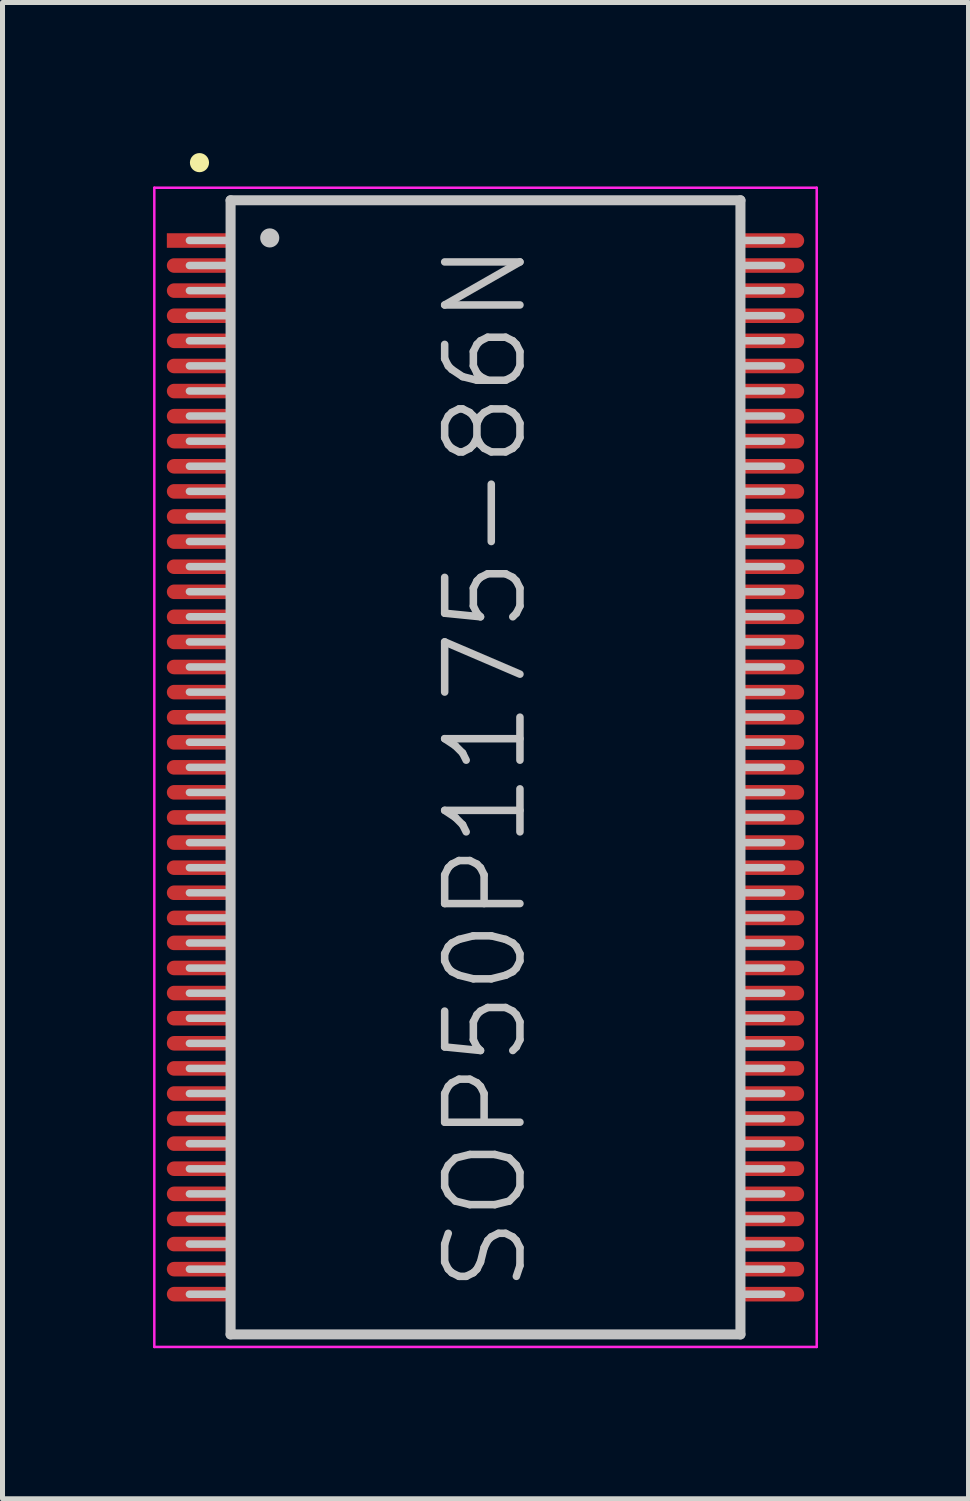
<source format=kicad_pcb>
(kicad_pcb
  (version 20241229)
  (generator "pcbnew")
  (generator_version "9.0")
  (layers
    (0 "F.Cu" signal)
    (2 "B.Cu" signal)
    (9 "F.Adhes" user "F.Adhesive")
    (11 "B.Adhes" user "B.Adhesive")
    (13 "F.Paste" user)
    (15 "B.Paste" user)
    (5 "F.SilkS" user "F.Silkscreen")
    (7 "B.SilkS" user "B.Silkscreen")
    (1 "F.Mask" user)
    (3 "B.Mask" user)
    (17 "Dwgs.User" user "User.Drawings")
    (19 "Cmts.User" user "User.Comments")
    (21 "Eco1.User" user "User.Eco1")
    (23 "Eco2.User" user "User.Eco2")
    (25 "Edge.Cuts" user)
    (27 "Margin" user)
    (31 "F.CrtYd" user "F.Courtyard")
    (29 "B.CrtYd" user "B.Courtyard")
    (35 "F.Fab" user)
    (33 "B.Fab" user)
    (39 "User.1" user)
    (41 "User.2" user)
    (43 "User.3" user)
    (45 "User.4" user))
  (footprint "SOP50P1175-86N"
    (layer "F.Cu")
    (at 6.625 12.241)
    (property "Reference" "SOP50P1175-86N" (at 0 0 90) (layer "Dwgs.User") (effects (font (size 1.5 1.5) (thickness 0.15))))
    (attr through_hole)
    (fp_line (start -5.7 -12.05) (end -5.7 -12.05) (stroke (width 0.381) (type solid)) (layer "F.SilkS"))
    (fp_line (start -5.1 -10.5) (end -5.9 -10.5) (stroke (width 0.15) (type solid)) (layer "Dwgs.User"))
    (fp_line (start -5.1 -10) (end -5.9 -10) (stroke (width 0.15) (type solid)) (layer "Dwgs.User"))
    (fp_line (start -5.1 -9.5) (end -5.9 -9.5) (stroke (width 0.15) (type solid)) (layer "Dwgs.User"))
    (fp_line (start -5.1 -9) (end -5.9 -9) (stroke (width 0.15) (type solid)) (layer "Dwgs.User"))
    (fp_line (start -5.1 -8.5) (end -5.9 -8.5) (stroke (width 0.15) (type solid)) (layer "Dwgs.User"))
    (fp_line (start -5.1 -8) (end -5.9 -8) (stroke (width 0.15) (type solid)) (layer "Dwgs.User"))
    (fp_line (start -5.1 -7.5) (end -5.9 -7.5) (stroke (width 0.15) (type solid)) (layer "Dwgs.User"))
    (fp_line (start -5.1 -7) (end -5.9 -7) (stroke (width 0.15) (type solid)) (layer "Dwgs.User"))
    (fp_line (start -5.1 -6.5) (end -5.9 -6.5) (stroke (width 0.15) (type solid)) (layer "Dwgs.User"))
    (fp_line (start -5.1 -6) (end -5.9 -6) (stroke (width 0.15) (type solid)) (layer "Dwgs.User"))
    (fp_line (start -5.1 -5.5) (end -5.9 -5.5) (stroke (width 0.15) (type solid)) (layer "Dwgs.User"))
    (fp_line (start -5.1 -5) (end -5.9 -5) (stroke (width 0.15) (type solid)) (layer "Dwgs.User"))
    (fp_line (start -5.1 -4.5) (end -5.9 -4.5) (stroke (width 0.15) (type solid)) (layer "Dwgs.User"))
    (fp_line (start -5.1 -4) (end -5.9 -4) (stroke (width 0.15) (type solid)) (layer "Dwgs.User"))
    (fp_line (start -5.1 -3.5) (end -5.9 -3.5) (stroke (width 0.15) (type solid)) (layer "Dwgs.User"))
    (fp_line (start -5.1 -3) (end -5.9 -3) (stroke (width 0.15) (type solid)) (layer "Dwgs.User"))
    (fp_line (start -5.1 -2.5) (end -5.9 -2.5) (stroke (width 0.15) (type solid)) (layer "Dwgs.User"))
    (fp_line (start -5.1 -2) (end -5.9 -2) (stroke (width 0.15) (type solid)) (layer "Dwgs.User"))
    (fp_line (start -5.1 -1.5) (end -5.9 -1.5) (stroke (width 0.15) (type solid)) (layer "Dwgs.User"))
    (fp_line (start -5.1 -1) (end -5.9 -1) (stroke (width 0.15) (type solid)) (layer "Dwgs.User"))
    (fp_line (start -5.1 -0.5) (end -5.9 -0.5) (stroke (width 0.15) (type solid)) (layer "Dwgs.User"))
    (fp_line (start -5.1 0) (end -5.9 0) (stroke (width 0.15) (type solid)) (layer "Dwgs.User"))
    (fp_line (start -5.1 0.5) (end -5.9 0.5) (stroke (width 0.15) (type solid)) (layer "Dwgs.User"))
    (fp_line (start -5.1 1) (end -5.9 1) (stroke (width 0.15) (type solid)) (layer "Dwgs.User"))
    (fp_line (start -5.1 1.5) (end -5.9 1.5) (stroke (width 0.15) (type solid)) (layer "Dwgs.User"))
    (fp_line (start -5.1 2) (end -5.9 2) (stroke (width 0.15) (type solid)) (layer "Dwgs.User"))
    (fp_line (start -5.1 2.5) (end -5.9 2.5) (stroke (width 0.15) (type solid)) (layer "Dwgs.User"))
    (fp_line (start -5.1 3) (end -5.9 3) (stroke (width 0.15) (type solid)) (layer "Dwgs.User"))
    (fp_line (start -5.1 3.5) (end -5.9 3.5) (stroke (width 0.15) (type solid)) (layer "Dwgs.User"))
    (fp_line (start -5.1 4) (end -5.9 4) (stroke (width 0.15) (type solid)) (layer "Dwgs.User"))
    (fp_line (start -5.1 4.5) (end -5.9 4.5) (stroke (width 0.15) (type solid)) (layer "Dwgs.User"))
    (fp_line (start -5.1 5) (end -5.9 5) (stroke (width 0.15) (type solid)) (layer "Dwgs.User"))
    (fp_line (start -5.1 5.5) (end -5.9 5.5) (stroke (width 0.15) (type solid)) (layer "Dwgs.User"))
    (fp_line (start -5.1 6) (end -5.9 6) (stroke (width 0.15) (type solid)) (layer "Dwgs.User"))
    (fp_line (start -5.1 6.5) (end -5.9 6.5) (stroke (width 0.15) (type solid)) (layer "Dwgs.User"))
    (fp_line (start -5.1 7) (end -5.9 7) (stroke (width 0.15) (type solid)) (layer "Dwgs.User"))
    (fp_line (start -5.1 7.5) (end -5.9 7.5) (stroke (width 0.15) (type solid)) (layer "Dwgs.User"))
    (fp_line (start -5.1 8) (end -5.9 8) (stroke (width 0.15) (type solid)) (layer "Dwgs.User"))
    (fp_line (start -5.1 8.5) (end -5.9 8.5) (stroke (width 0.15) (type solid)) (layer "Dwgs.User"))
    (fp_line (start -5.1 9) (end -5.9 9) (stroke (width 0.15) (type solid)) (layer "Dwgs.User"))
    (fp_line (start -5.1 9.5) (end -5.9 9.5) (stroke (width 0.15) (type solid)) (layer "Dwgs.User"))
    (fp_line (start -5.1 10) (end -5.9 10) (stroke (width 0.15) (type solid)) (layer "Dwgs.User"))
    (fp_line (start -5.1 10.5) (end -5.9 10.5) (stroke (width 0.15) (type solid)) (layer "Dwgs.User"))
    (fp_line (start -5.08 -11.3) (end -5.08 11.3) (stroke (width 0.2) (type solid)) (layer "Dwgs.User"))
    (fp_line (start -5.08 -11.3) (end 5.08 -11.3) (stroke (width 0.2) (type solid)) (layer "Dwgs.User"))
    (fp_line (start -5.08 11.3) (end 5.08 11.3) (stroke (width 0.2) (type solid)) (layer "Dwgs.User"))
    (fp_line (start -4.3 -10.55) (end -4.3 -10.55) (stroke (width 0.381) (type solid)) (layer "Dwgs.User"))
    (fp_line (start 5.08 -11.3) (end 5.08 11.3) (stroke (width 0.2) (type solid)) (layer "Dwgs.User"))
    (fp_line (start 5.9 -10.5) (end 5.1 -10.5) (stroke (width 0.15) (type solid)) (layer "Dwgs.User"))
    (fp_line (start 5.9 -10) (end 5.1 -10) (stroke (width 0.15) (type solid)) (layer "Dwgs.User"))
    (fp_line (start 5.9 -9.5) (end 5.1 -9.5) (stroke (width 0.15) (type solid)) (layer "Dwgs.User"))
    (fp_line (start 5.9 -9) (end 5.1 -9) (stroke (width 0.15) (type solid)) (layer "Dwgs.User"))
    (fp_line (start 5.9 -8.5) (end 5.1 -8.5) (stroke (width 0.15) (type solid)) (layer "Dwgs.User"))
    (fp_line (start 5.9 -8) (end 5.1 -8) (stroke (width 0.15) (type solid)) (layer "Dwgs.User"))
    (fp_line (start 5.9 -7.5) (end 5.1 -7.5) (stroke (width 0.15) (type solid)) (layer "Dwgs.User"))
    (fp_line (start 5.9 -7) (end 5.1 -7) (stroke (width 0.15) (type solid)) (layer "Dwgs.User"))
    (fp_line (start 5.9 -6.5) (end 5.1 -6.5) (stroke (width 0.15) (type solid)) (layer "Dwgs.User"))
    (fp_line (start 5.9 -6) (end 5.1 -6) (stroke (width 0.15) (type solid)) (layer "Dwgs.User"))
    (fp_line (start 5.9 -5.5) (end 5.1 -5.5) (stroke (width 0.15) (type solid)) (layer "Dwgs.User"))
    (fp_line (start 5.9 -5) (end 5.1 -5) (stroke (width 0.15) (type solid)) (layer "Dwgs.User"))
    (fp_line (start 5.9 -4.5) (end 5.1 -4.5) (stroke (width 0.15) (type solid)) (layer "Dwgs.User"))
    (fp_line (start 5.9 -4) (end 5.1 -4) (stroke (width 0.15) (type solid)) (layer "Dwgs.User"))
    (fp_line (start 5.9 -3.5) (end 5.1 -3.5) (stroke (width 0.15) (type solid)) (layer "Dwgs.User"))
    (fp_line (start 5.9 -3) (end 5.1 -3) (stroke (width 0.15) (type solid)) (layer "Dwgs.User"))
    (fp_line (start 5.9 -2.5) (end 5.1 -2.5) (stroke (width 0.15) (type solid)) (layer "Dwgs.User"))
    (fp_line (start 5.9 -2) (end 5.1 -2) (stroke (width 0.15) (type solid)) (layer "Dwgs.User"))
    (fp_line (start 5.9 -1.5) (end 5.1 -1.5) (stroke (width 0.15) (type solid)) (layer "Dwgs.User"))
    (fp_line (start 5.9 -1) (end 5.1 -1) (stroke (width 0.15) (type solid)) (layer "Dwgs.User"))
    (fp_line (start 5.9 -0.5) (end 5.1 -0.5) (stroke (width 0.15) (type solid)) (layer "Dwgs.User"))
    (fp_line (start 5.9 0) (end 5.1 0) (stroke (width 0.15) (type solid)) (layer "Dwgs.User"))
    (fp_line (start 5.9 0.5) (end 5.1 0.5) (stroke (width 0.15) (type solid)) (layer "Dwgs.User"))
    (fp_line (start 5.9 1) (end 5.1 1) (stroke (width 0.15) (type solid)) (layer "Dwgs.User"))
    (fp_line (start 5.9 1.5) (end 5.1 1.5) (stroke (width 0.15) (type solid)) (layer "Dwgs.User"))
    (fp_line (start 5.9 2) (end 5.1 2) (stroke (width 0.15) (type solid)) (layer "Dwgs.User"))
    (fp_line (start 5.9 2.5) (end 5.1 2.5) (stroke (width 0.15) (type solid)) (layer "Dwgs.User"))
    (fp_line (start 5.9 3) (end 5.1 3) (stroke (width 0.15) (type solid)) (layer "Dwgs.User"))
    (fp_line (start 5.9 3.5) (end 5.1 3.5) (stroke (width 0.15) (type solid)) (layer "Dwgs.User"))
    (fp_line (start 5.9 4) (end 5.1 4) (stroke (width 0.15) (type solid)) (layer "Dwgs.User"))
    (fp_line (start 5.9 4.5) (end 5.1 4.5) (stroke (width 0.15) (type solid)) (layer "Dwgs.User"))
    (fp_line (start 5.9 5) (end 5.1 5) (stroke (width 0.15) (type solid)) (layer "Dwgs.User"))
    (fp_line (start 5.9 5.5) (end 5.1 5.5) (stroke (width 0.15) (type solid)) (layer "Dwgs.User"))
    (fp_line (start 5.9 6) (end 5.1 6) (stroke (width 0.15) (type solid)) (layer "Dwgs.User"))
    (fp_line (start 5.9 6.5) (end 5.1 6.5) (stroke (width 0.15) (type solid)) (layer "Dwgs.User"))
    (fp_line (start 5.9 7) (end 5.1 7) (stroke (width 0.15) (type solid)) (layer "Dwgs.User"))
    (fp_line (start 5.9 7.5) (end 5.1 7.5) (stroke (width 0.15) (type solid)) (layer "Dwgs.User"))
    (fp_line (start 5.9 8) (end 5.1 8) (stroke (width 0.15) (type solid)) (layer "Dwgs.User"))
    (fp_line (start 5.9 8.5) (end 5.1 8.5) (stroke (width 0.15) (type solid)) (layer "Dwgs.User"))
    (fp_line (start 5.9 9) (end 5.1 9) (stroke (width 0.15) (type solid)) (layer "Dwgs.User"))
    (fp_line (start 5.9 9.5) (end 5.1 9.5) (stroke (width 0.15) (type solid)) (layer "Dwgs.User"))
    (fp_line (start 5.9 10) (end 5.1 10) (stroke (width 0.15) (type solid)) (layer "Dwgs.User"))
    (fp_line (start 5.9 10.5) (end 5.1 10.5) (stroke (width 0.15) (type solid)) (layer "Dwgs.User"))
    (fp_line (start -6.6 -11.55) (end -6.6 11.55) (stroke (width 0.05) (type solid)) (layer "F.CrtYd"))
    (fp_line (start -6.6 -11.55) (end 6.6 -11.55) (stroke (width 0.05) (type solid)) (layer "F.CrtYd"))
    (fp_line (start -6.6 11.55) (end 6.6 11.55) (stroke (width 0.05) (type solid)) (layer "F.CrtYd"))
    (fp_line (start 6.6 -11.55) (end 6.6 11.55) (stroke (width 0.05) (type solid)) (layer "F.CrtYd"))
    (pad "1" smd rect (at -5.7 -10.498 90) (size 0.29 1.3) (layers "F.Cu" "F.Mask" "F.Paste"))
    (pad "2" smd oval (at -5.7 -10 90) (size 0.29 1.3) (layers "F.Cu" "F.Mask" "F.Paste"))
    (pad "3" smd oval (at -5.7 -9.5 90) (size 0.29 1.3) (layers "F.Cu" "F.Mask" "F.Paste"))
    (pad "4" smd oval (at -5.7 -8.999 90) (size 0.29 1.3) (layers "F.Cu" "F.Mask" "F.Paste"))
    (pad "5" smd oval (at -5.7 -8.499 90) (size 0.29 1.3) (layers "F.Cu" "F.Mask" "F.Paste"))
    (pad "6" smd oval (at -5.7 -7.998 90) (size 0.29 1.3) (layers "F.Cu" "F.Mask" "F.Paste"))
    (pad "7" smd oval (at -5.7 -7.498 90) (size 0.29 1.3) (layers "F.Cu" "F.Mask" "F.Paste"))
    (pad "8" smd oval (at -5.7 -6.998 90) (size 0.29 1.3) (layers "F.Cu" "F.Mask" "F.Paste"))
    (pad "9" smd oval (at -5.7 -6.5 90) (size 0.29 1.3) (layers "F.Cu" "F.Mask" "F.Paste"))
    (pad "10" smd oval (at -5.7 -5.999 90) (size 0.29 1.3) (layers "F.Cu" "F.Mask" "F.Paste"))
    (pad "11" smd oval (at -5.7 -5.499 90) (size 0.29 1.3) (layers "F.Cu" "F.Mask" "F.Paste"))
    (pad "12" smd oval (at -5.7 -4.999 90) (size 0.29 1.3) (layers "F.Cu" "F.Mask" "F.Paste"))
    (pad "13" smd oval (at -5.7 -4.498 90) (size 0.29 1.3) (layers "F.Cu" "F.Mask" "F.Paste"))
    (pad "14" smd oval (at -5.7 -3.998 90) (size 0.29 1.3) (layers "F.Cu" "F.Mask" "F.Paste"))
    (pad "15" smd oval (at -5.7 -3.498 90) (size 0.29 1.3) (layers "F.Cu" "F.Mask" "F.Paste"))
    (pad "16" smd oval (at -5.7 -3 90) (size 0.29 1.3) (layers "F.Cu" "F.Mask" "F.Paste"))
    (pad "17" smd oval (at -5.7 -2.499 90) (size 0.29 1.3) (layers "F.Cu" "F.Mask" "F.Paste"))
    (pad "18" smd oval (at -5.7 -1.999 90) (size 0.29 1.3) (layers "F.Cu" "F.Mask" "F.Paste"))
    (pad "19" smd oval (at -5.7 -1.499 90) (size 0.29 1.3) (layers "F.Cu" "F.Mask" "F.Paste"))
    (pad "20" smd oval (at -5.7 -0.998 90) (size 0.29 1.3) (layers "F.Cu" "F.Mask" "F.Paste"))
    (pad "21" smd oval (at -5.7 -0.498 90) (size 0.29 1.3) (layers "F.Cu" "F.Mask" "F.Paste"))
    (pad "22" smd oval (at -5.7 0 90) (size 0.29 1.3) (layers "F.Cu" "F.Mask" "F.Paste"))
    (pad "23" smd oval (at -5.7 0.498 90) (size 0.29 1.3) (layers "F.Cu" "F.Mask" "F.Paste"))
    (pad "24" smd oval (at -5.7 0.998 90) (size 0.29 1.3) (layers "F.Cu" "F.Mask" "F.Paste"))
    (pad "25" smd oval (at -5.7 1.499 90) (size 0.29 1.3) (layers "F.Cu" "F.Mask" "F.Paste"))
    (pad "26" smd oval (at -5.7 1.999 90) (size 0.29 1.3) (layers "F.Cu" "F.Mask" "F.Paste"))
    (pad "27" smd oval (at -5.7 2.499 90) (size 0.29 1.3) (layers "F.Cu" "F.Mask" "F.Paste"))
    (pad "28" smd oval (at -5.7 3 90) (size 0.29 1.3) (layers "F.Cu" "F.Mask" "F.Paste"))
    (pad "29" smd oval (at -5.7 3.498 90) (size 0.29 1.3) (layers "F.Cu" "F.Mask" "F.Paste"))
    (pad "30" smd oval (at -5.7 3.998 90) (size 0.29 1.3) (layers "F.Cu" "F.Mask" "F.Paste"))
    (pad "31" smd oval (at -5.7 4.498 90) (size 0.29 1.3) (layers "F.Cu" "F.Mask" "F.Paste"))
    (pad "32" smd oval (at -5.7 4.999 90) (size 0.29 1.3) (layers "F.Cu" "F.Mask" "F.Paste"))
    (pad "33" smd oval (at -5.7 5.499 90) (size 0.29 1.3) (layers "F.Cu" "F.Mask" "F.Paste"))
    (pad "34" smd oval (at -5.7 5.999 90) (size 0.29 1.3) (layers "F.Cu" "F.Mask" "F.Paste"))
    (pad "35" smd oval (at -5.7 6.5 90) (size 0.29 1.3) (layers "F.Cu" "F.Mask" "F.Paste"))
    (pad "36" smd oval (at -5.7 6.998 90) (size 0.29 1.3) (layers "F.Cu" "F.Mask" "F.Paste"))
    (pad "37" smd oval (at -5.7 7.498 90) (size 0.29 1.3) (layers "F.Cu" "F.Mask" "F.Paste"))
    (pad "38" smd oval (at -5.7 7.998 90) (size 0.29 1.3) (layers "F.Cu" "F.Mask" "F.Paste"))
    (pad "39" smd oval (at -5.7 8.499 90) (size 0.29 1.3) (layers "F.Cu" "F.Mask" "F.Paste"))
    (pad "40" smd oval (at -5.7 8.999 90) (size 0.29 1.3) (layers "F.Cu" "F.Mask" "F.Paste"))
    (pad "41" smd oval (at -5.7 9.5 90) (size 0.29 1.3) (layers "F.Cu" "F.Mask" "F.Paste"))
    (pad "42" smd oval (at -5.7 10 90) (size 0.29 1.3) (layers "F.Cu" "F.Mask" "F.Paste"))
    (pad "43" smd oval (at -5.7 10.498 90) (size 0.29 1.3) (layers "F.Cu" "F.Mask" "F.Paste"))
    (pad "44" smd oval (at 5.7 10.498 270) (size 0.29 1.3) (layers "F.Cu" "F.Mask" "F.Paste"))
    (pad "45" smd oval (at 5.7 10 270) (size 0.29 1.3) (layers "F.Cu" "F.Mask" "F.Paste"))
    (pad "46" smd oval (at 5.7 9.5 270) (size 0.29 1.3) (layers "F.Cu" "F.Mask" "F.Paste"))
    (pad "47" smd oval (at 5.7 8.999 270) (size 0.29 1.3) (layers "F.Cu" "F.Mask" "F.Paste"))
    (pad "48" smd oval (at 5.7 8.499 270) (size 0.29 1.3) (layers "F.Cu" "F.Mask" "F.Paste"))
    (pad "49" smd oval (at 5.7 7.998 270) (size 0.29 1.3) (layers "F.Cu" "F.Mask" "F.Paste"))
    (pad "50" smd oval (at 5.7 7.498 270) (size 0.29 1.3) (layers "F.Cu" "F.Mask" "F.Paste"))
    (pad "51" smd oval (at 5.7 6.998 270) (size 0.29 1.3) (layers "F.Cu" "F.Mask" "F.Paste"))
    (pad "52" smd oval (at 5.7 6.5 270) (size 0.29 1.3) (layers "F.Cu" "F.Mask" "F.Paste"))
    (pad "53" smd oval (at 5.7 5.999 270) (size 0.29 1.3) (layers "F.Cu" "F.Mask" "F.Paste"))
    (pad "54" smd oval (at 5.7 5.499 270) (size 0.29 1.3) (layers "F.Cu" "F.Mask" "F.Paste"))
    (pad "55" smd oval (at 5.7 4.999 270) (size 0.29 1.3) (layers "F.Cu" "F.Mask" "F.Paste"))
    (pad "56" smd oval (at 5.7 4.498 270) (size 0.29 1.3) (layers "F.Cu" "F.Mask" "F.Paste"))
    (pad "57" smd oval (at 5.7 3.998 270) (size 0.29 1.3) (layers "F.Cu" "F.Mask" "F.Paste"))
    (pad "58" smd oval (at 5.7 3.498 270) (size 0.29 1.3) (layers "F.Cu" "F.Mask" "F.Paste"))
    (pad "59" smd oval (at 5.7 3 270) (size 0.29 1.3) (layers "F.Cu" "F.Mask" "F.Paste"))
    (pad "60" smd oval (at 5.7 2.499 270) (size 0.29 1.3) (layers "F.Cu" "F.Mask" "F.Paste"))
    (pad "61" smd oval (at 5.7 1.999 270) (size 0.29 1.3) (layers "F.Cu" "F.Mask" "F.Paste"))
    (pad "62" smd oval (at 5.7 1.499 270) (size 0.29 1.3) (layers "F.Cu" "F.Mask" "F.Paste"))
    (pad "63" smd oval (at 5.7 0.998 270) (size 0.29 1.3) (layers "F.Cu" "F.Mask" "F.Paste"))
    (pad "64" smd oval (at 5.7 0.498 270) (size 0.29 1.3) (layers "F.Cu" "F.Mask" "F.Paste"))
    (pad "65" smd oval (at 5.7 0 270) (size 0.29 1.3) (layers "F.Cu" "F.Mask" "F.Paste"))
    (pad "66" smd oval (at 5.7 -0.498 270) (size 0.29 1.3) (layers "F.Cu" "F.Mask" "F.Paste"))
    (pad "67" smd oval (at 5.7 -0.998 270) (size 0.29 1.3) (layers "F.Cu" "F.Mask" "F.Paste"))
    (pad "68" smd oval (at 5.7 -1.499 270) (size 0.29 1.3) (layers "F.Cu" "F.Mask" "F.Paste"))
    (pad "69" smd oval (at 5.7 -1.999 270) (size 0.29 1.3) (layers "F.Cu" "F.Mask" "F.Paste"))
    (pad "70" smd oval (at 5.7 -2.499 270) (size 0.29 1.3) (layers "F.Cu" "F.Mask" "F.Paste"))
    (pad "71" smd oval (at 5.7 -3 270) (size 0.29 1.3) (layers "F.Cu" "F.Mask" "F.Paste"))
    (pad "72" smd oval (at 5.7 -3.498 270) (size 0.29 1.3) (layers "F.Cu" "F.Mask" "F.Paste"))
    (pad "73" smd oval (at 5.7 -3.998 270) (size 0.29 1.3) (layers "F.Cu" "F.Mask" "F.Paste"))
    (pad "74" smd oval (at 5.7 -4.498 270) (size 0.29 1.3) (layers "F.Cu" "F.Mask" "F.Paste"))
    (pad "75" smd oval (at 5.7 -4.999 270) (size 0.29 1.3) (layers "F.Cu" "F.Mask" "F.Paste"))
    (pad "76" smd oval (at 5.7 -5.499 270) (size 0.29 1.3) (layers "F.Cu" "F.Mask" "F.Paste"))
    (pad "77" smd oval (at 5.7 -5.999 270) (size 0.29 1.3) (layers "F.Cu" "F.Mask" "F.Paste"))
    (pad "78" smd oval (at 5.7 -6.5 270) (size 0.29 1.3) (layers "F.Cu" "F.Mask" "F.Paste"))
    (pad "79" smd oval (at 5.7 -6.998 270) (size 0.29 1.3) (layers "F.Cu" "F.Mask" "F.Paste"))
    (pad "80" smd oval (at 5.7 -7.498 270) (size 0.29 1.3) (layers "F.Cu" "F.Mask" "F.Paste"))
    (pad "81" smd oval (at 5.7 -7.998 270) (size 0.29 1.3) (layers "F.Cu" "F.Mask" "F.Paste"))
    (pad "82" smd oval (at 5.7 -8.499 270) (size 0.29 1.3) (layers "F.Cu" "F.Mask" "F.Paste"))
    (pad "83" smd oval (at 5.7 -8.999 270) (size 0.29 1.3) (layers "F.Cu" "F.Mask" "F.Paste"))
    (pad "84" smd oval (at 5.7 -9.5 270) (size 0.29 1.3) (layers "F.Cu" "F.Mask" "F.Paste"))
    (pad "85" smd oval (at 5.7 -10 270) (size 0.29 1.3) (layers "F.Cu" "F.Mask" "F.Paste"))
    (pad "86" smd oval (at 5.7 -10.498 270) (size 0.29 1.3) (layers "F.Cu" "F.Mask" "F.Paste")))
  (gr_rect
    (start -3 -3)
    (end 16.25 26.816)
    (stroke (width 0.1) (type default))
    (fill no)
    (layer "Edge.Cuts")))
</source>
